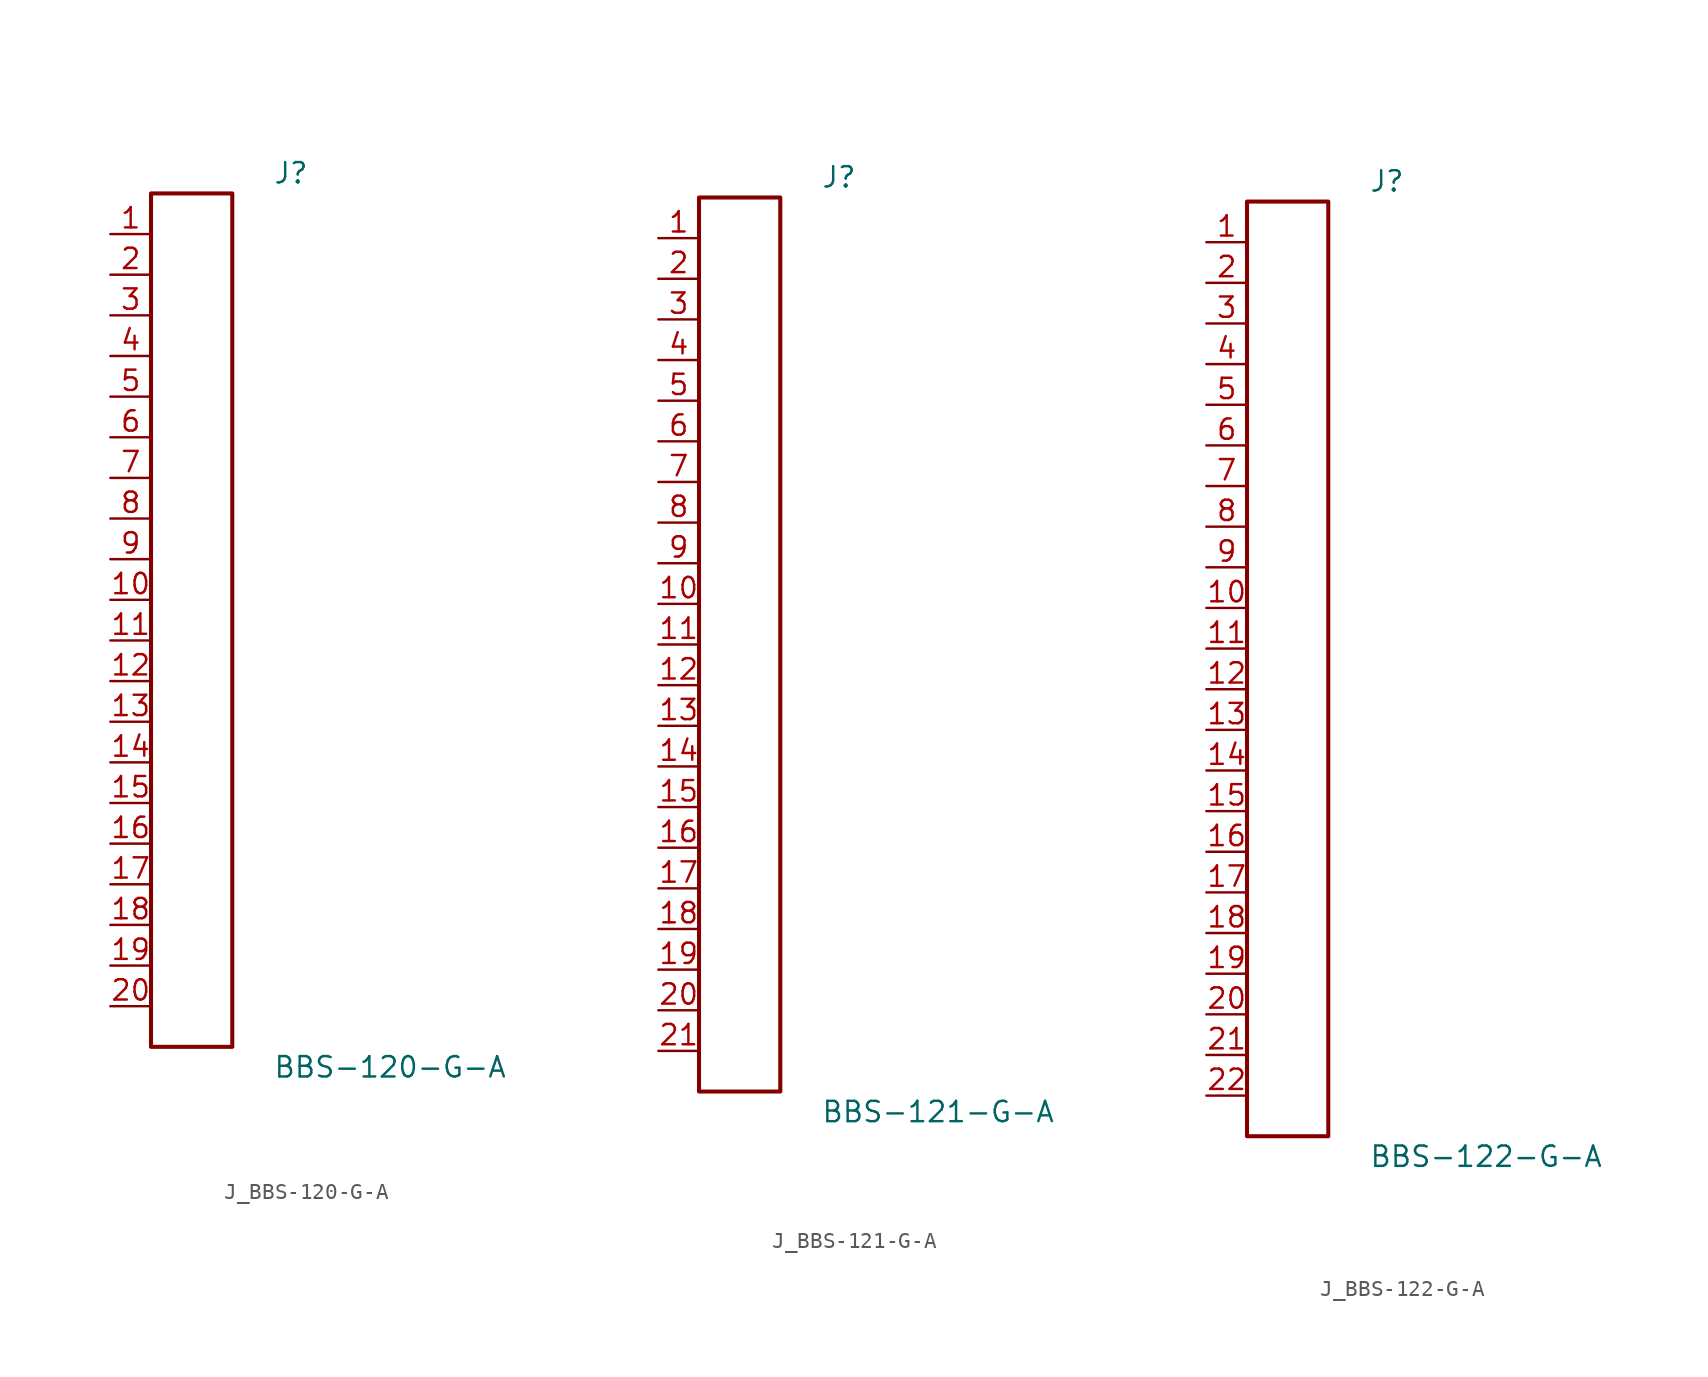
<source format=kicad_sym>
(kicad_symbol_lib
  (version 20231120)
  (generator kicad_symbol_editor)
  (generator_version 8.0)
  (symbol "J_BBS-120-G-A"
    (pin_names
      (offset 0.254))
    (property "Reference" "J"
      (at 5.08 27.94 0)
      (effects (font (size 1.27 1.27)) (justify left)))
    (property "Value" "BBS-120-G-A"
      (at 5.08 -27.94 0)
      (effects (font (size 1.27 1.27)) (justify left)))
    (symbol "J_BBS-120-G-A_0_0"
      (pin passive line (at -5.08 24.13 0) (length 2.54) (name "" (effects (font (size 1.27 1.27)))) (number "1" (effects (font (size 1.27 1.27)))))
      (pin passive line (at -5.08 21.59 0) (length 2.54) (name "" (effects (font (size 1.27 1.27)))) (number "2" (effects (font (size 1.27 1.27)))))
      (pin passive line (at -5.08 19.05 0) (length 2.54) (name "" (effects (font (size 1.27 1.27)))) (number "3" (effects (font (size 1.27 1.27)))))
      (pin passive line (at -5.08 16.51 0) (length 2.54) (name "" (effects (font (size 1.27 1.27)))) (number "4" (effects (font (size 1.27 1.27)))))
      (pin passive line (at -5.08 13.97 0) (length 2.54) (name "" (effects (font (size 1.27 1.27)))) (number "5" (effects (font (size 1.27 1.27)))))
      (pin passive line (at -5.08 11.43 0) (length 2.54) (name "" (effects (font (size 1.27 1.27)))) (number "6" (effects (font (size 1.27 1.27)))))
      (pin passive line (at -5.08 8.89 0) (length 2.54) (name "" (effects (font (size 1.27 1.27)))) (number "7" (effects (font (size 1.27 1.27)))))
      (pin passive line (at -5.08 6.35 0) (length 2.54) (name "" (effects (font (size 1.27 1.27)))) (number "8" (effects (font (size 1.27 1.27)))))
      (pin passive line (at -5.08 3.81 0) (length 2.54) (name "" (effects (font (size 1.27 1.27)))) (number "9" (effects (font (size 1.27 1.27)))))
      (pin passive line (at -5.08 1.27 0) (length 2.54) (name "" (effects (font (size 1.27 1.27)))) (number "10" (effects (font (size 1.27 1.27)))))
      (pin passive line (at -5.08 -1.27 0) (length 2.54) (name "" (effects (font (size 1.27 1.27)))) (number "11" (effects (font (size 1.27 1.27)))))
      (pin passive line (at -5.08 -3.81 0) (length 2.54) (name "" (effects (font (size 1.27 1.27)))) (number "12" (effects (font (size 1.27 1.27)))))
      (pin passive line (at -5.08 -6.35 0) (length 2.54) (name "" (effects (font (size 1.27 1.27)))) (number "13" (effects (font (size 1.27 1.27)))))
      (pin passive line (at -5.08 -8.89 0) (length 2.54) (name "" (effects (font (size 1.27 1.27)))) (number "14" (effects (font (size 1.27 1.27)))))
      (pin passive line (at -5.08 -11.43 0) (length 2.54) (name "" (effects (font (size 1.27 1.27)))) (number "15" (effects (font (size 1.27 1.27)))))
      (pin passive line (at -5.08 -13.97 0) (length 2.54) (name "" (effects (font (size 1.27 1.27)))) (number "16" (effects (font (size 1.27 1.27)))))
      (pin passive line (at -5.08 -16.51 0) (length 2.54) (name "" (effects (font (size 1.27 1.27)))) (number "17" (effects (font (size 1.27 1.27)))))
      (pin passive line (at -5.08 -19.05 0) (length 2.54) (name "" (effects (font (size 1.27 1.27)))) (number "18" (effects (font (size 1.27 1.27)))))
      (pin passive line (at -5.08 -21.59 0) (length 2.54) (name "" (effects (font (size 1.27 1.27)))) (number "19" (effects (font (size 1.27 1.27)))))
      (pin passive line (at -5.08 -24.13 0) (length 2.54) (name "" (effects (font (size 1.27 1.27)))) (number "20" (effects (font (size 1.27 1.27))))))
    (symbol "J_BBS-120-G-A_1_0"
      (rectangle (start -2.54 26.67) (end 2.54 -26.67) (stroke (width 0.254) (type solid)) (fill (type none)))))
  (symbol "J_BBS-121-G-A"
    (pin_names
      (offset 0.254))
    (property "Reference" "J"
      (at 5.08 29.21 0)
      (effects (font (size 1.27 1.27)) (justify left)))
    (property "Value" "BBS-121-G-A"
      (at 5.08 -29.21 0)
      (effects (font (size 1.27 1.27)) (justify left)))
    (symbol "J_BBS-121-G-A_0_0"
      (pin passive line (at -5.08 25.4 0) (length 2.54) (name "" (effects (font (size 1.27 1.27)))) (number "1" (effects (font (size 1.27 1.27)))))
      (pin passive line (at -5.08 22.86 0) (length 2.54) (name "" (effects (font (size 1.27 1.27)))) (number "2" (effects (font (size 1.27 1.27)))))
      (pin passive line (at -5.08 20.32 0) (length 2.54) (name "" (effects (font (size 1.27 1.27)))) (number "3" (effects (font (size 1.27 1.27)))))
      (pin passive line (at -5.08 17.78 0) (length 2.54) (name "" (effects (font (size 1.27 1.27)))) (number "4" (effects (font (size 1.27 1.27)))))
      (pin passive line (at -5.08 15.24 0) (length 2.54) (name "" (effects (font (size 1.27 1.27)))) (number "5" (effects (font (size 1.27 1.27)))))
      (pin passive line (at -5.08 12.7 0) (length 2.54) (name "" (effects (font (size 1.27 1.27)))) (number "6" (effects (font (size 1.27 1.27)))))
      (pin passive line (at -5.08 10.16 0) (length 2.54) (name "" (effects (font (size 1.27 1.27)))) (number "7" (effects (font (size 1.27 1.27)))))
      (pin passive line (at -5.08 7.62 0) (length 2.54) (name "" (effects (font (size 1.27 1.27)))) (number "8" (effects (font (size 1.27 1.27)))))
      (pin passive line (at -5.08 5.08 0) (length 2.54) (name "" (effects (font (size 1.27 1.27)))) (number "9" (effects (font (size 1.27 1.27)))))
      (pin passive line (at -5.08 2.54 0) (length 2.54) (name "" (effects (font (size 1.27 1.27)))) (number "10" (effects (font (size 1.27 1.27)))))
      (pin passive line (at -5.08 0.0 0) (length 2.54) (name "" (effects (font (size 1.27 1.27)))) (number "11" (effects (font (size 1.27 1.27)))))
      (pin passive line (at -5.08 -2.54 0) (length 2.54) (name "" (effects (font (size 1.27 1.27)))) (number "12" (effects (font (size 1.27 1.27)))))
      (pin passive line (at -5.08 -5.08 0) (length 2.54) (name "" (effects (font (size 1.27 1.27)))) (number "13" (effects (font (size 1.27 1.27)))))
      (pin passive line (at -5.08 -7.62 0) (length 2.54) (name "" (effects (font (size 1.27 1.27)))) (number "14" (effects (font (size 1.27 1.27)))))
      (pin passive line (at -5.08 -10.16 0) (length 2.54) (name "" (effects (font (size 1.27 1.27)))) (number "15" (effects (font (size 1.27 1.27)))))
      (pin passive line (at -5.08 -12.7 0) (length 2.54) (name "" (effects (font (size 1.27 1.27)))) (number "16" (effects (font (size 1.27 1.27)))))
      (pin passive line (at -5.08 -15.24 0) (length 2.54) (name "" (effects (font (size 1.27 1.27)))) (number "17" (effects (font (size 1.27 1.27)))))
      (pin passive line (at -5.08 -17.78 0) (length 2.54) (name "" (effects (font (size 1.27 1.27)))) (number "18" (effects (font (size 1.27 1.27)))))
      (pin passive line (at -5.08 -20.32 0) (length 2.54) (name "" (effects (font (size 1.27 1.27)))) (number "19" (effects (font (size 1.27 1.27)))))
      (pin passive line (at -5.08 -22.86 0) (length 2.54) (name "" (effects (font (size 1.27 1.27)))) (number "20" (effects (font (size 1.27 1.27)))))
      (pin passive line (at -5.08 -25.4 0) (length 2.54) (name "" (effects (font (size 1.27 1.27)))) (number "21" (effects (font (size 1.27 1.27))))))
    (symbol "J_BBS-121-G-A_1_0"
      (rectangle (start -2.54 27.94) (end 2.54 -27.94) (stroke (width 0.254) (type solid)) (fill (type none)))))
  (symbol "J_BBS-122-G-A"
    (pin_names
      (offset 0.254))
    (property "Reference" "J"
      (at 5.08 30.48 0)
      (effects (font (size 1.27 1.27)) (justify left)))
    (property "Value" "BBS-122-G-A"
      (at 5.08 -30.48 0)
      (effects (font (size 1.27 1.27)) (justify left)))
    (symbol "J_BBS-122-G-A_0_0"
      (pin passive line (at -5.08 26.67 0) (length 2.54) (name "" (effects (font (size 1.27 1.27)))) (number "1" (effects (font (size 1.27 1.27)))))
      (pin passive line (at -5.08 24.13 0) (length 2.54) (name "" (effects (font (size 1.27 1.27)))) (number "2" (effects (font (size 1.27 1.27)))))
      (pin passive line (at -5.08 21.59 0) (length 2.54) (name "" (effects (font (size 1.27 1.27)))) (number "3" (effects (font (size 1.27 1.27)))))
      (pin passive line (at -5.08 19.05 0) (length 2.54) (name "" (effects (font (size 1.27 1.27)))) (number "4" (effects (font (size 1.27 1.27)))))
      (pin passive line (at -5.08 16.51 0) (length 2.54) (name "" (effects (font (size 1.27 1.27)))) (number "5" (effects (font (size 1.27 1.27)))))
      (pin passive line (at -5.08 13.97 0) (length 2.54) (name "" (effects (font (size 1.27 1.27)))) (number "6" (effects (font (size 1.27 1.27)))))
      (pin passive line (at -5.08 11.43 0) (length 2.54) (name "" (effects (font (size 1.27 1.27)))) (number "7" (effects (font (size 1.27 1.27)))))
      (pin passive line (at -5.08 8.89 0) (length 2.54) (name "" (effects (font (size 1.27 1.27)))) (number "8" (effects (font (size 1.27 1.27)))))
      (pin passive line (at -5.08 6.35 0) (length 2.54) (name "" (effects (font (size 1.27 1.27)))) (number "9" (effects (font (size 1.27 1.27)))))
      (pin passive line (at -5.08 3.81 0) (length 2.54) (name "" (effects (font (size 1.27 1.27)))) (number "10" (effects (font (size 1.27 1.27)))))
      (pin passive line (at -5.08 1.27 0) (length 2.54) (name "" (effects (font (size 1.27 1.27)))) (number "11" (effects (font (size 1.27 1.27)))))
      (pin passive line (at -5.08 -1.27 0) (length 2.54) (name "" (effects (font (size 1.27 1.27)))) (number "12" (effects (font (size 1.27 1.27)))))
      (pin passive line (at -5.08 -3.81 0) (length 2.54) (name "" (effects (font (size 1.27 1.27)))) (number "13" (effects (font (size 1.27 1.27)))))
      (pin passive line (at -5.08 -6.35 0) (length 2.54) (name "" (effects (font (size 1.27 1.27)))) (number "14" (effects (font (size 1.27 1.27)))))
      (pin passive line (at -5.08 -8.89 0) (length 2.54) (name "" (effects (font (size 1.27 1.27)))) (number "15" (effects (font (size 1.27 1.27)))))
      (pin passive line (at -5.08 -11.43 0) (length 2.54) (name "" (effects (font (size 1.27 1.27)))) (number "16" (effects (font (size 1.27 1.27)))))
      (pin passive line (at -5.08 -13.97 0) (length 2.54) (name "" (effects (font (size 1.27 1.27)))) (number "17" (effects (font (size 1.27 1.27)))))
      (pin passive line (at -5.08 -16.51 0) (length 2.54) (name "" (effects (font (size 1.27 1.27)))) (number "18" (effects (font (size 1.27 1.27)))))
      (pin passive line (at -5.08 -19.05 0) (length 2.54) (name "" (effects (font (size 1.27 1.27)))) (number "19" (effects (font (size 1.27 1.27)))))
      (pin passive line (at -5.08 -21.59 0) (length 2.54) (name "" (effects (font (size 1.27 1.27)))) (number "20" (effects (font (size 1.27 1.27)))))
      (pin passive line (at -5.08 -24.13 0) (length 2.54) (name "" (effects (font (size 1.27 1.27)))) (number "21" (effects (font (size 1.27 1.27)))))
      (pin passive line (at -5.08 -26.67 0) (length 2.54) (name "" (effects (font (size 1.27 1.27)))) (number "22" (effects (font (size 1.27 1.27))))))
    (symbol "J_BBS-122-G-A_1_0"
      (rectangle (start -2.54 29.21) (end 2.54 -29.21) (stroke (width 0.254) (type solid)) (fill (type none))))))
</source>
